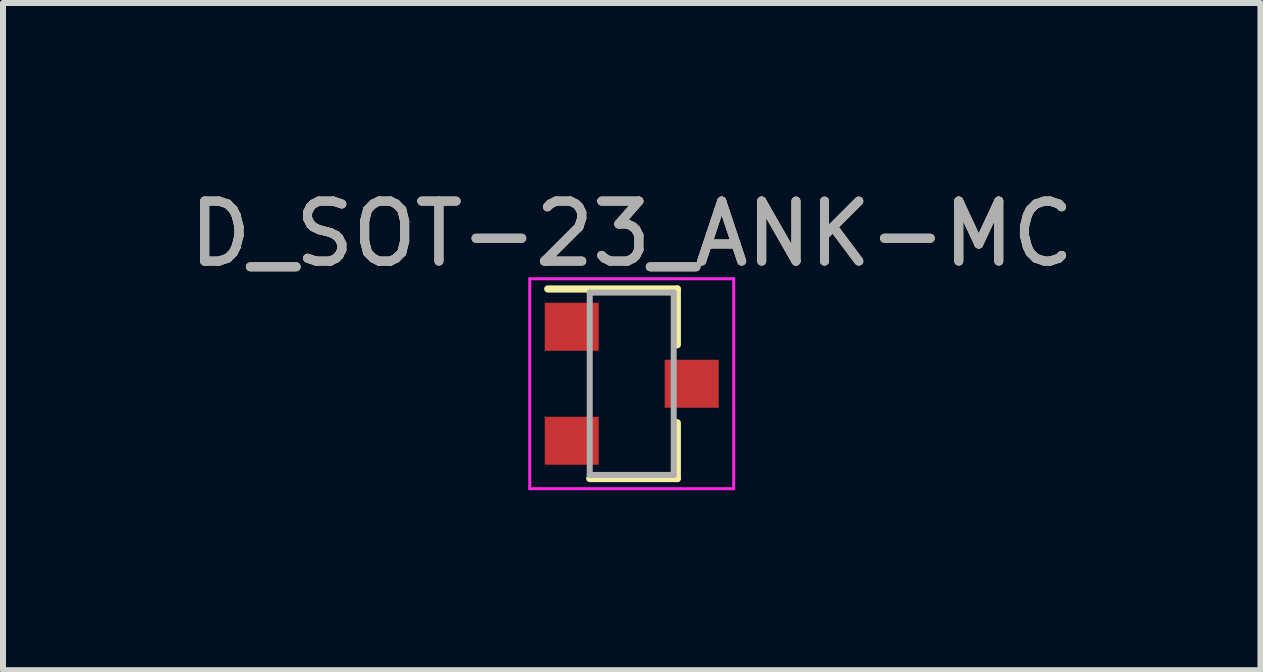
<source format=kicad_pcb>
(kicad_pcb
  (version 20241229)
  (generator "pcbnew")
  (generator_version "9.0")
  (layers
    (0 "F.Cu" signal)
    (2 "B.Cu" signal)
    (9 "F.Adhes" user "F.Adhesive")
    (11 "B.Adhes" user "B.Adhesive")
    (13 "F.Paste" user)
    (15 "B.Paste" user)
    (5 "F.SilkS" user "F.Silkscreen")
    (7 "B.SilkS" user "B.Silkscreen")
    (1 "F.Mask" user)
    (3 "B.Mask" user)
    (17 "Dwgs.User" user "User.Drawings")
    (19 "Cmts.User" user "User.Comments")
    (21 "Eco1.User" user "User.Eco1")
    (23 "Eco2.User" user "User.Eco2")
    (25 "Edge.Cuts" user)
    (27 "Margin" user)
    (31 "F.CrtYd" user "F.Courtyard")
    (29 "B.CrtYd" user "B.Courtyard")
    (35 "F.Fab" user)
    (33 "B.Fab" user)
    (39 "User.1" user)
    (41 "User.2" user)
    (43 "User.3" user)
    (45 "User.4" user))
  (footprint "D_SOT-23_ANK-MC"
    (layer "F.Cu")
    (at 7.482 3.348)
    (property "Reference" "D_SOT-23_ANK-MC" (at 0 -2.5 0) (layer "F.SilkS") (effects (font (size 1 1) (thickness 0.15))))
    (attr smd)
    (fp_line (start 0.76 -1.58) (end -1.4 -1.58) (stroke (width 0.12) (type solid)) (layer "F.SilkS"))
    (fp_line (start 0.76 -1.58) (end 0.76 -0.65) (stroke (width 0.12) (type solid)) (layer "F.SilkS"))
    (fp_line (start 0.76 1.58) (end -0.7 1.58) (stroke (width 0.12) (type solid)) (layer "F.SilkS"))
    (fp_line (start 0.76 1.58) (end 0.76 0.65) (stroke (width 0.12) (type solid)) (layer "F.SilkS"))
    (fp_line (start -1.7 -1.75) (end 1.7 -1.75) (stroke (width 0.05) (type solid)) (layer "F.CrtYd"))
    (fp_line (start -1.7 1.75) (end -1.7 -1.75) (stroke (width 0.05) (type solid)) (layer "F.CrtYd"))
    (fp_line (start 1.7 -1.75) (end 1.7 1.75) (stroke (width 0.05) (type solid)) (layer "F.CrtYd"))
    (fp_line (start 1.7 1.75) (end -1.7 1.75) (stroke (width 0.05) (type solid)) (layer "F.CrtYd"))
    (fp_line (start -0.7 -1.52) (end -0.7 1.52) (stroke (width 0.1) (type solid)) (layer "F.Fab"))
    (fp_line (start -0.7 -1.52) (end 0.7 -1.52) (stroke (width 0.1) (type solid)) (layer "F.Fab"))
    (fp_line (start -0.7 1.52) (end 0.7 1.52) (stroke (width 0.1) (type solid)) (layer "F.Fab"))
    (fp_line (start 0.7 -1.52) (end 0.7 1.52) (stroke (width 0.1) (type solid)) (layer "F.Fab"))
    (fp_text user "${REFERENCE}" (at 0 -2.5 0) (layer "F.Fab") (effects (font (size 1 1) (thickness 0.15))))
    (pad "1" smd rect (at -1 -0.95) (size 0.9 0.8) (layers "F.Cu" "F.Mask" "F.Paste"))
    (pad "2" smd rect (at -1 0.95) (size 0.9 0.8) (layers "F.Cu" "F.Mask" "F.Paste"))
    (pad "3" smd rect (at 1 0) (size 0.9 0.8) (layers "F.Cu" "F.Mask" "F.Paste")))
  (gr_rect
    (start -3 -3)
    (end 17.964 8.123)
    (stroke (width 0.1) (type default))
    (fill no)
    (layer "Edge.Cuts")))
</source>
